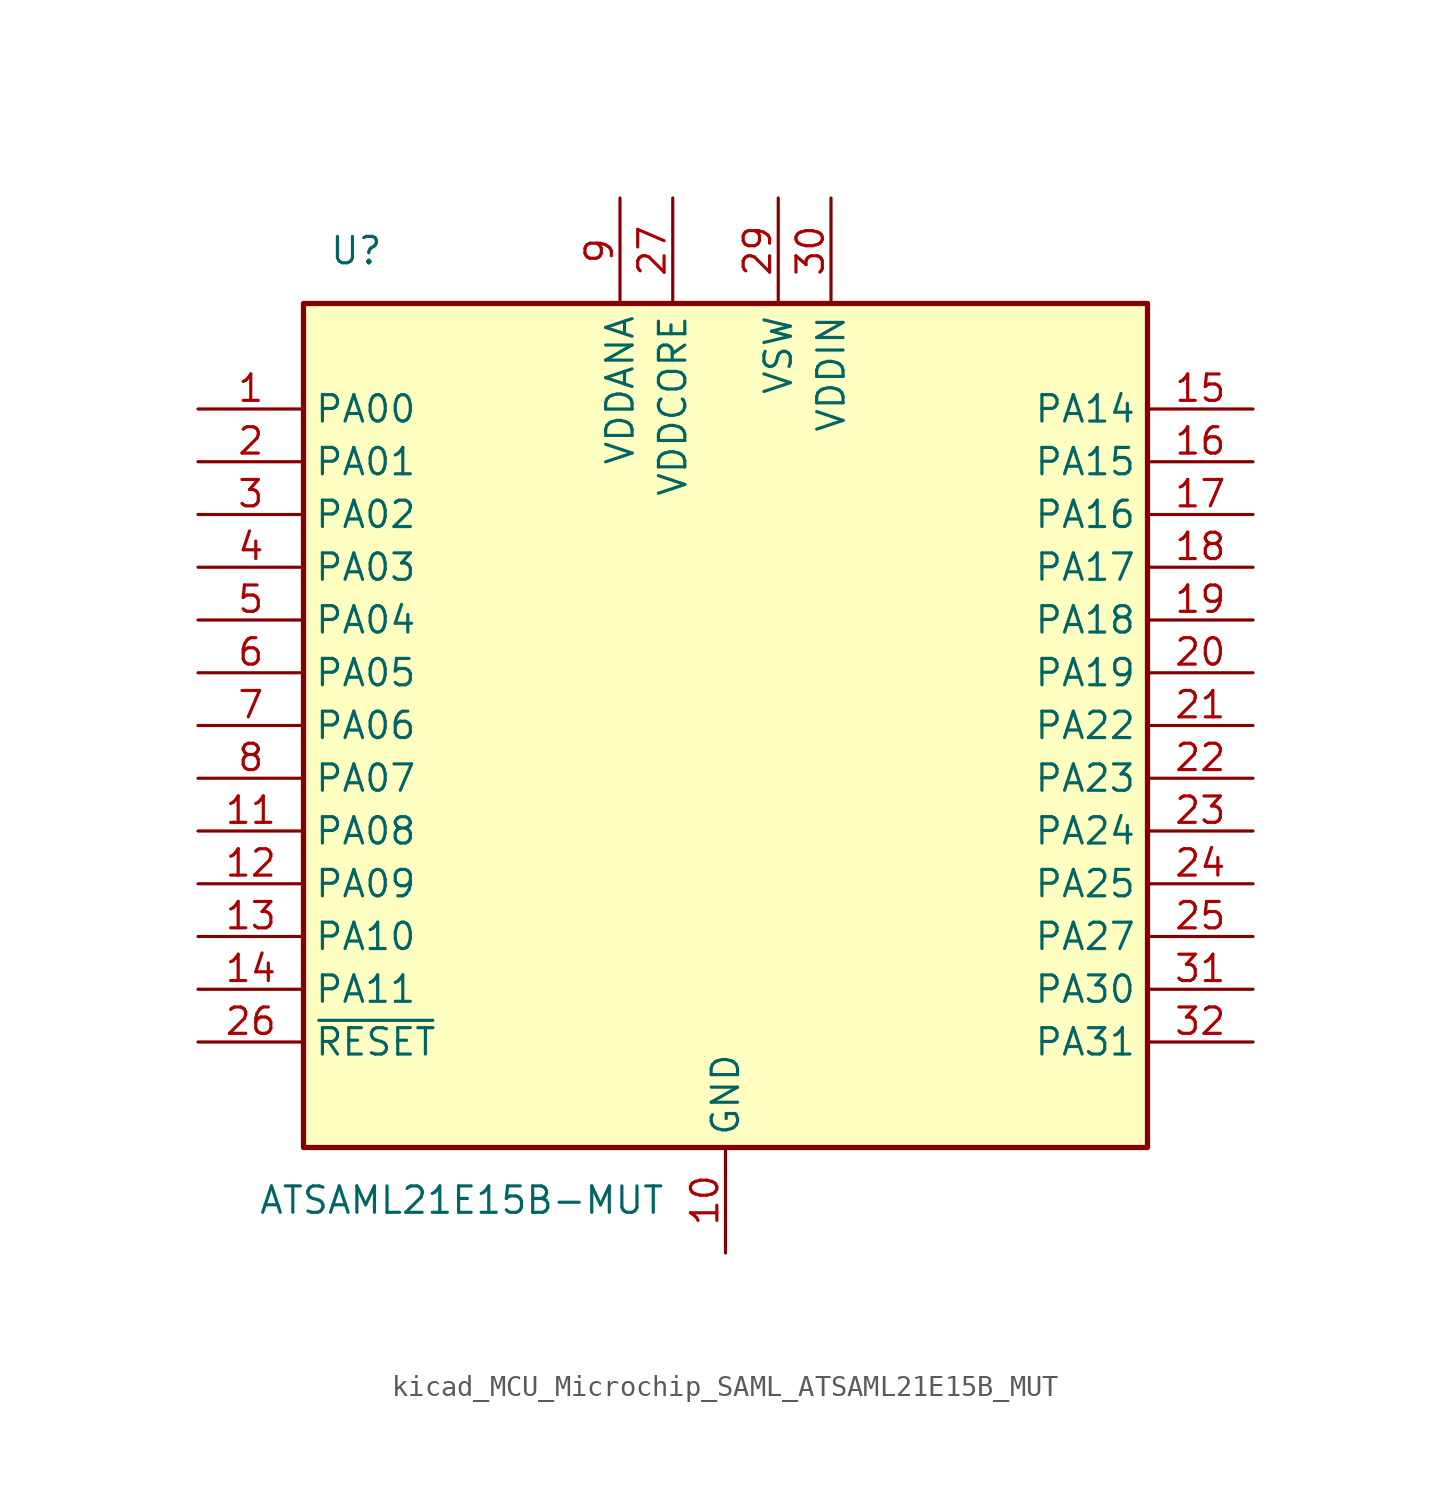
<source format=kicad_sym>
(kicad_symbol_lib
  (version 20220914)
  (generator kicad_symbol_editor)
  (symbol "kicad_MCU_Microchip_SAML_ATSAML21E15B_MUT"
    (property "Reference" "U"
      (at -17.78 22.86 0)
      (effects (font (size 1.27 1.27))))
    (property "Value" "ATSAML21E15B-MUT"
      (at -12.7 -22.86 0)
      (effects (font (size 1.27 1.27))))
    (symbol "kicad_MCU_Microchip_SAML_ATSAML21E15B_MUT_0_1"
      (rectangle (start -20.32 20.32) (end 20.32 -20.32) (stroke (width 0.254) (type default)) (fill (type background))))
    (symbol "kicad_MCU_Microchip_SAML_ATSAML21E15B_MUT_1_1"
      (pin bidirectional line (at -25.4 15.24 0) (length 5.08) (name "PA00" (effects (font (size 1.27 1.27)))) (number "1" (effects (font (size 1.27 1.27)))))
      (pin power_in line (at 0 -25.4 90) (length 5.08) (name "GND" (effects (font (size 1.27 1.27)))) (number "10" (effects (font (size 1.27 1.27)))))
      (pin bidirectional line (at -25.4 -5.08 0) (length 5.08) (name "PA08" (effects (font (size 1.27 1.27)))) (number "11" (effects (font (size 1.27 1.27)))))
      (pin bidirectional line (at -25.4 -7.62 0) (length 5.08) (name "PA09" (effects (font (size 1.27 1.27)))) (number "12" (effects (font (size 1.27 1.27)))))
      (pin bidirectional line (at -25.4 -10.16 0) (length 5.08) (name "PA10" (effects (font (size 1.27 1.27)))) (number "13" (effects (font (size 1.27 1.27)))))
      (pin bidirectional line (at -25.4 -12.7 0) (length 5.08) (name "PA11" (effects (font (size 1.27 1.27)))) (number "14" (effects (font (size 1.27 1.27)))))
      (pin bidirectional line (at 25.4 15.24 180) (length 5.08) (name "PA14" (effects (font (size 1.27 1.27)))) (number "15" (effects (font (size 1.27 1.27)))))
      (pin bidirectional line (at 25.4 12.7 180) (length 5.08) (name "PA15" (effects (font (size 1.27 1.27)))) (number "16" (effects (font (size 1.27 1.27)))))
      (pin bidirectional line (at 25.4 10.16 180) (length 5.08) (name "PA16" (effects (font (size 1.27 1.27)))) (number "17" (effects (font (size 1.27 1.27)))))
      (pin bidirectional line (at 25.4 7.62 180) (length 5.08) (name "PA17" (effects (font (size 1.27 1.27)))) (number "18" (effects (font (size 1.27 1.27)))))
      (pin bidirectional line (at 25.4 5.08 180) (length 5.08) (name "PA18" (effects (font (size 1.27 1.27)))) (number "19" (effects (font (size 1.27 1.27)))))
      (pin bidirectional line (at -25.4 12.7 0) (length 5.08) (name "PA01" (effects (font (size 1.27 1.27)))) (number "2" (effects (font (size 1.27 1.27)))))
      (pin bidirectional line (at 25.4 2.54 180) (length 5.08) (name "PA19" (effects (font (size 1.27 1.27)))) (number "20" (effects (font (size 1.27 1.27)))))
      (pin bidirectional line (at 25.4 0 180) (length 5.08) (name "PA22" (effects (font (size 1.27 1.27)))) (number "21" (effects (font (size 1.27 1.27)))))
      (pin bidirectional line (at 25.4 -2.54 180) (length 5.08) (name "PA23" (effects (font (size 1.27 1.27)))) (number "22" (effects (font (size 1.27 1.27)))))
      (pin bidirectional line (at 25.4 -5.08 180) (length 5.08) (name "PA24" (effects (font (size 1.27 1.27)))) (number "23" (effects (font (size 1.27 1.27)))))
      (pin bidirectional line (at 25.4 -7.62 180) (length 5.08) (name "PA25" (effects (font (size 1.27 1.27)))) (number "24" (effects (font (size 1.27 1.27)))))
      (pin bidirectional line (at 25.4 -10.16 180) (length 5.08) (name "PA27" (effects (font (size 1.27 1.27)))) (number "25" (effects (font (size 1.27 1.27)))))
      (pin input line (at -25.4 -15.24 0) (length 5.08) (name "~{RESET}" (effects (font (size 1.27 1.27)))) (number "26" (effects (font (size 1.27 1.27)))))
      (pin power_in line (at -2.54 25.4 270) (length 5.08) (name "VDDCORE" (effects (font (size 1.27 1.27)))) (number "27" (effects (font (size 1.27 1.27)))))
      (pin passive line (at 0 -25.4 90) (length 5.08) hide (name "GND" (effects (font (size 1.27 1.27)))) (number "28" (effects (font (size 1.27 1.27)))))
      (pin power_out line (at 2.54 25.4 270) (length 5.08) (name "VSW" (effects (font (size 1.27 1.27)))) (number "29" (effects (font (size 1.27 1.27)))))
      (pin bidirectional line (at -25.4 10.16 0) (length 5.08) (name "PA02" (effects (font (size 1.27 1.27)))) (number "3" (effects (font (size 1.27 1.27)))))
      (pin power_in line (at 5.08 25.4 270) (length 5.08) (name "VDDIN" (effects (font (size 1.27 1.27)))) (number "30" (effects (font (size 1.27 1.27)))))
      (pin bidirectional line (at 25.4 -12.7 180) (length 5.08) (name "PA30" (effects (font (size 1.27 1.27)))) (number "31" (effects (font (size 1.27 1.27)))))
      (pin bidirectional line (at 25.4 -15.24 180) (length 5.08) (name "PA31" (effects (font (size 1.27 1.27)))) (number "32" (effects (font (size 1.27 1.27)))))
      (pin bidirectional line (at -25.4 7.62 0) (length 5.08) (name "PA03" (effects (font (size 1.27 1.27)))) (number "4" (effects (font (size 1.27 1.27)))))
      (pin bidirectional line (at -25.4 5.08 0) (length 5.08) (name "PA04" (effects (font (size 1.27 1.27)))) (number "5" (effects (font (size 1.27 1.27)))))
      (pin bidirectional line (at -25.4 2.54 0) (length 5.08) (name "PA05" (effects (font (size 1.27 1.27)))) (number "6" (effects (font (size 1.27 1.27)))))
      (pin bidirectional line (at -25.4 0 0) (length 5.08) (name "PA06" (effects (font (size 1.27 1.27)))) (number "7" (effects (font (size 1.27 1.27)))))
      (pin bidirectional line (at -25.4 -2.54 0) (length 5.08) (name "PA07" (effects (font (size 1.27 1.27)))) (number "8" (effects (font (size 1.27 1.27)))))
      (pin power_in line (at -5.08 25.4 270) (length 5.08) (name "VDDANA" (effects (font (size 1.27 1.27)))) (number "9" (effects (font (size 1.27 1.27))))))))
</source>
